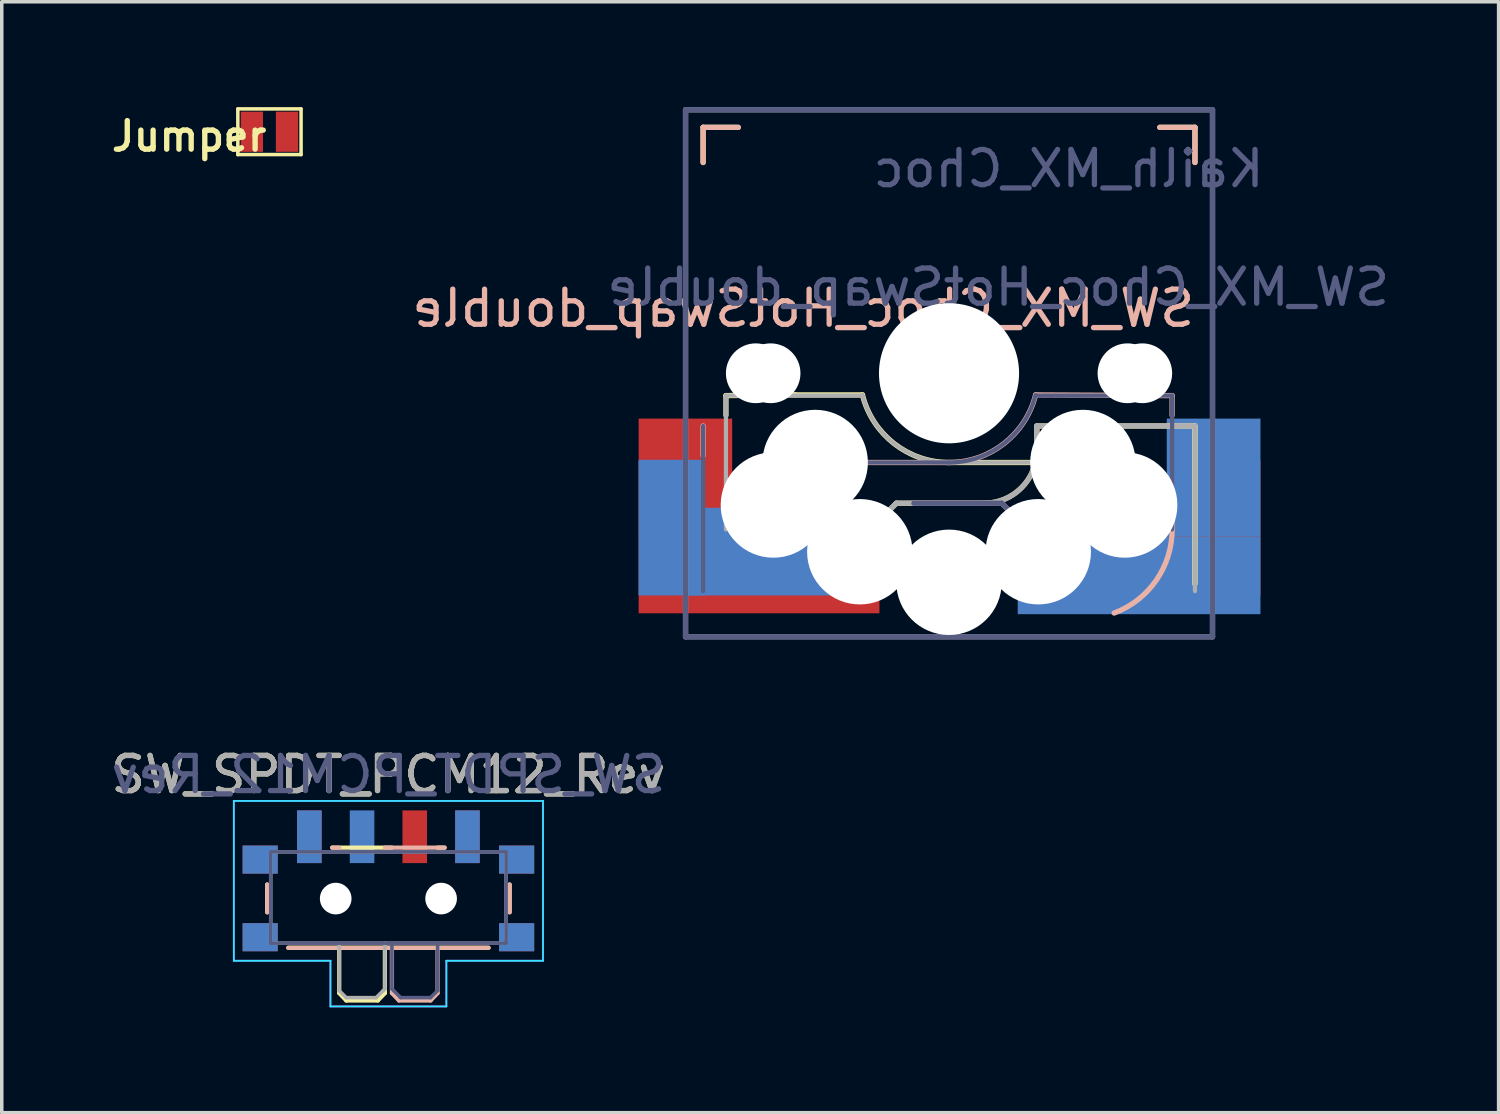
<source format=kicad_pcb>
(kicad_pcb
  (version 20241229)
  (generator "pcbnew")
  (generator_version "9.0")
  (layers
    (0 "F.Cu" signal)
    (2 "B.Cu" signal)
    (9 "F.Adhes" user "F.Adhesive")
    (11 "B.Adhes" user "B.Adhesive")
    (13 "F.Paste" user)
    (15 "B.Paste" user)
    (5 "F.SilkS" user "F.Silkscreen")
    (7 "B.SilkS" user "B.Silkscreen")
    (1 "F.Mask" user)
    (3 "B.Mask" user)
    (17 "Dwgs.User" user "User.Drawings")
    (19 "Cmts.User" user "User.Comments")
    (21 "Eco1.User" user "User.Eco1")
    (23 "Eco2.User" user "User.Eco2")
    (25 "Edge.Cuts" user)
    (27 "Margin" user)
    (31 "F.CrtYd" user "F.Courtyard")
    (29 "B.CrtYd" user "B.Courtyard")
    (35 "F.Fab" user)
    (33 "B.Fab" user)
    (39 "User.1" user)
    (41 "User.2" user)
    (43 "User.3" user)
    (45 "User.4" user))
  (footprint "SW_MX_Choc_HotSwap_double"
    (layer "F.Cu")
    (at 23.964 7.575)
    (property "Reference" "SW_MX_Choc_HotSwap_double" (at -4.15 -1.85 0) (layer "B.SilkS") (effects (font (size 1 1) (thickness 0.15)) (justify mirror)))
    (property "Value" "Kailh_MX_Choc" (at 0.05 9.55 0) (layer "F.Fab") (hide yes) (effects (font (size 1 1) (thickness 0.15))))
    (attr smd)
    (fp_line (start -7 -6) (end -7 -7) (stroke (width 0.15) (type solid)) (layer "F.SilkS"))
    (fp_line (start -6.35 1.2) (end -6.35 0.635) (stroke (width 0.15) (type solid)) (layer "F.SilkS"))
    (fp_line (start -6 -7) (end -7 -7) (stroke (width 0.15) (type solid)) (layer "F.SilkS"))
    (fp_line (start -4.375 0.616) (end -6.35 0.635) (stroke (width 0.15) (type solid)) (layer "F.SilkS"))
    (fp_line (start -2.464 0.616) (end -4.375 0.616) (stroke (width 0.15) (type solid)) (layer "F.SilkS"))
    (fp_line (start -2 4.2) (end -2 4.2) (stroke (width 0.15) (type solid)) (layer "F.SilkS"))
    (fp_line (start -2 4.2) (end -1.5 3.7) (stroke (width 0.15) (type solid)) (layer "F.SilkS"))
    (fp_line (start -1.5 3.7) (end 1 3.7) (stroke (width 0.15) (type solid)) (layer "F.SilkS"))
    (fp_line (start 2.5 1.5) (end 7 1.5) (stroke (width 0.15) (type solid)) (layer "F.SilkS"))
    (fp_line (start 2.5 2.2) (end 2.5 1.5) (stroke (width 0.15) (type solid)) (layer "F.SilkS"))
    (fp_line (start 3.975 2.54) (end 0 2.54) (stroke (width 0.15) (type solid)) (layer "F.SilkS"))
    (fp_line (start 7 -7) (end 6 -7) (stroke (width 0.15) (type solid)) (layer "F.SilkS"))
    (fp_line (start 7 -7) (end 7 -6) (stroke (width 0.15) (type solid)) (layer "F.SilkS"))
    (fp_line (start 7 1.5) (end 7 6) (stroke (width 0.15) (type solid)) (layer "F.SilkS"))
    (fp_arc (start 0 2.539999) (mid -1.563147 2.002041) (end -2.464162 0.616039) (stroke (width 0.15) (type solid)) (layer "F.SilkS"))
    (fp_arc (start 2.5 2.199999) (mid 2.06066 3.260659) (end 1 3.699999) (stroke (width 0.15) (type solid)) (layer "F.SilkS"))
    (fp_line (start -7 -7) (end -7 -6) (stroke (width 0.15) (type solid)) (layer "B.SilkS"))
    (fp_line (start -7 -7) (end -6 -7) (stroke (width 0.15) (type solid)) (layer "B.SilkS"))
    (fp_line (start -7 1.5) (end -7 2.35) (stroke (width 0.15) (type solid)) (layer "B.SilkS"))
    (fp_line (start -3.975 2.54) (end 0 2.54) (stroke (width 0.15) (type solid)) (layer "B.SilkS"))
    (fp_line (start 1.5 3.7) (end -1 3.7) (stroke (width 0.15) (type solid)) (layer "B.SilkS"))
    (fp_line (start 2 4.2) (end 1.5 3.7) (stroke (width 0.15) (type solid)) (layer "B.SilkS"))
    (fp_line (start 2 4.575) (end 2 4.2) (stroke (width 0.15) (type solid)) (layer "B.SilkS"))
    (fp_line (start 2.464 0.616) (end 6.175 0.635) (stroke (width 0.15) (type solid)) (layer "B.SilkS"))
    (fp_line (start 6 -7) (end 7 -7) (stroke (width 0.15) (type solid)) (layer "B.SilkS"))
    (fp_line (start 6.175 0.635) (end 6.35 0.635) (stroke (width 0.15) (type solid)) (layer "B.SilkS"))
    (fp_line (start 6.35 1.2) (end 6.35 0.635) (stroke (width 0.15) (type solid)) (layer "B.SilkS"))
    (fp_line (start 6.35 4.445) (end 6.35 3.875) (stroke (width 0.15) (type solid)) (layer "B.SilkS"))
    (fp_line (start 7 -6) (end 7 -7) (stroke (width 0.15) (type solid)) (layer "B.SilkS"))
    (fp_arc (start 2.464162 0.61604) (mid 1.563147 2.002042) (end 0 2.54) (stroke (width 0.15) (type solid)) (layer "B.SilkS"))
    (fp_arc (start 6.350964 4.445) (mid 5.897817 5.893282) (end 4.7 6.825) (stroke (width 0.15) (type solid)) (layer "B.SilkS"))
    (fp_line (start -6.9 6.9) (end -6.9 -6.9) (stroke (width 0.15) (type solid)) (layer "Eco2.User"))
    (fp_line (start -6.9 6.9) (end 6.9 6.9) (stroke (width 0.15) (type solid)) (layer "Eco2.User"))
    (fp_line (start -2.6 -3.1) (end -2.6 -6.3) (stroke (width 0.15) (type solid)) (layer "Eco2.User"))
    (fp_line (start -2.6 -3.1) (end 2.6 -3.1) (stroke (width 0.15) (type solid)) (layer "Eco2.User"))
    (fp_line (start 2.6 -6.3) (end -2.6 -6.3) (stroke (width 0.15) (type solid)) (layer "Eco2.User"))
    (fp_line (start 2.6 -3.1) (end 2.6 -6.3) (stroke (width 0.15) (type solid)) (layer "Eco2.User"))
    (fp_line (start 6.9 -6.9) (end -6.9 -6.9) (stroke (width 0.15) (type solid)) (layer "Eco2.User"))
    (fp_line (start 6.9 -6.9) (end 6.9 6.9) (stroke (width 0.15) (type solid)) (layer "Eco2.User"))
    (fp_line (start -7.5 -7.5) (end -7.5 7.5) (stroke (width 0.15) (type solid)) (layer "B.Fab"))
    (fp_line (start -7.5 7.5) (end 7.5 7.5) (stroke (width 0.15) (type solid)) (layer "B.Fab"))
    (fp_line (start -7 1.5) (end -7 6.2) (stroke (width 0.12) (type solid)) (layer "B.Fab"))
    (fp_line (start -5.08 2.54) (end 0 2.54) (stroke (width 0.12) (type solid)) (layer "B.Fab"))
    (fp_line (start 1.5 3.7) (end -1 3.7) (stroke (width 0.15) (type solid)) (layer "B.Fab"))
    (fp_line (start 2 4.2) (end 1.5 3.7) (stroke (width 0.15) (type solid)) (layer "B.Fab"))
    (fp_line (start 6.35 0.635) (end 2.54 0.635) (stroke (width 0.12) (type solid)) (layer "B.Fab"))
    (fp_line (start 6.35 0.635) (end 6.35 4.445) (stroke (width 0.12) (type solid)) (layer "B.Fab"))
    (fp_line (start 7.5 -7.5) (end -7.5 -7.5) (stroke (width 0.15) (type solid)) (layer "B.Fab"))
    (fp_line (start 7.5 7.5) (end 7.5 -7.5) (stroke (width 0.15) (type solid)) (layer "B.Fab"))
    (fp_arc (start 2.464162 0.61604) (mid 1.563147 2.002042) (end 0 2.54) (stroke (width 0.12) (type solid)) (layer "B.Fab"))
    (fp_line (start -7.5 -7.5) (end 7.5 -7.5) (stroke (width 0.15) (type solid)) (layer "F.Fab"))
    (fp_line (start -7.5 7.5) (end -7.5 -7.5) (stroke (width 0.15) (type solid)) (layer "F.Fab"))
    (fp_line (start -6.35 0.635) (end -6.35 4.445) (stroke (width 0.12) (type solid)) (layer "F.Fab"))
    (fp_line (start -6.35 0.635) (end -2.54 0.635) (stroke (width 0.12) (type solid)) (layer "F.Fab"))
    (fp_line (start -2 4.2) (end -1.5 3.7) (stroke (width 0.15) (type solid)) (layer "F.Fab"))
    (fp_line (start -1.5 3.7) (end 1 3.7) (stroke (width 0.15) (type solid)) (layer "F.Fab"))
    (fp_line (start 2.5 1.5) (end 7 1.5) (stroke (width 0.15) (type solid)) (layer "F.Fab"))
    (fp_line (start 2.5 2.2) (end 2.5 1.5) (stroke (width 0.15) (type solid)) (layer "F.Fab"))
    (fp_line (start 5.08 2.54) (end 0 2.54) (stroke (width 0.12) (type solid)) (layer "F.Fab"))
    (fp_line (start 7 1.5) (end 7 6.2) (stroke (width 0.12) (type solid)) (layer "F.Fab"))
    (fp_line (start 7.5 -7.5) (end 7.5 7.5) (stroke (width 0.15) (type solid)) (layer "F.Fab"))
    (fp_line (start 7.5 7.5) (end -7.5 7.5) (stroke (width 0.15) (type solid)) (layer "F.Fab"))
    (fp_arc (start 0 2.539999) (mid -1.563147 2.002041) (end -2.464162 0.616039) (stroke (width 0.12) (type solid)) (layer "F.Fab"))
    (fp_arc (start 2.5 2.199999) (mid 2.06066 3.260659) (end 1 3.699999) (stroke (width 0.15) (type solid)) (layer "F.Fab"))
    (fp_text user "${REFERENCE}" (at 1.4 -2.45 0) (layer "B.Fab") (effects (font (size 1 1) (thickness 0.15)) (justify mirror)))
    (fp_text user "${VALUE}" (at 3.4 -5.825 180) (layer "B.Fab") (effects (font (size 1 1) (thickness 0.15)) (justify mirror)))
    (pad "" np_thru_hole circle (at -5.5 0) (size 1.702 1.702) (drill 1.702) (layers "*.Cu" "*.Mask"))
    (pad "" np_thru_hole circle (at -5.08 0 180) (size 1.702 1.702) (drill 1.702) (layers "*.Cu" "*.Mask"))
    (pad "" np_thru_hole circle (at -5 3.75) (size 3 3) (drill 3) (layers "*.Cu" "*.Mask"))
    (pad "" np_thru_hole circle (at -3.81 2.54 180) (size 3 3) (drill 3) (layers "*.Cu" "*.Mask"))
    (pad "" np_thru_hole circle (at -2.54 5.08 180) (size 3 3) (drill 3) (layers "*.Cu" "*.Mask"))
    (pad "" np_thru_hole circle (at 0 0 180) (size 3.988 3.988) (drill 3.988) (layers "*.Cu" "*.Mask"))
    (pad "" np_thru_hole circle (at 0 5.95) (size 3 3) (drill 3) (layers "*.Cu" "*.Mask"))
    (pad "" np_thru_hole circle (at 2.54 5.08 180) (size 3 3) (drill 3) (layers "*.Cu" "*.Mask"))
    (pad "" np_thru_hole circle (at 3.81 2.54 180) (size 3 3) (drill 3) (layers "*.Cu" "*.Mask"))
    (pad "" np_thru_hole circle (at 5 3.75) (size 3 3) (drill 3) (layers "*.Cu" "*.Mask"))
    (pad "" np_thru_hole circle (at 5.08 0 180) (size 1.702 1.702) (drill 1.702) (layers "*.Cu" "*.Mask"))
    (pad "" np_thru_hole circle (at 5.5 0 180) (size 1.702 1.702) (drill 1.702) (layers "*.Cu" "*.Mask"))
    (pad "1" smd rect (at 5.41 5.754) (size 6.909 2.208) (layers "B.Cu" "B.Mask" "B.Paste"))
    (pad "1" smd rect (at 5.434 5.077 180) (size 4.263 2.495) (layers "F.Cu" "F.Mask" "F.Paste"))
    (pad "1" smd rect (at 7.531 2.97 180) (size 2.667 3.36) (layers "B.Cu" "B.Mask" "B.Paste"))
    (pad "1" smd rect (at 7.92 4.387) (size 1.89 3.875) (layers "F.Cu" "F.Mask" "F.Paste"))
    (pad "2" smd rect (at -7.907 4.394) (size 1.864 3.861) (layers "B.Cu" "B.Mask" "B.Paste"))
    (pad "2" smd rect (at -7.504 2.982 180) (size 2.663 3.384) (layers "F.Cu" "F.Mask" "F.Paste"))
    (pad "2" smd rect (at -5.461 5.077 180) (size 4.216 2.495) (layers "B.Cu" "B.Mask" "B.Paste"))
    (pad "2" smd rect (at -5.408 5.753) (size 6.854 2.159) (layers "F.Cu" "F.Mask" "F.Paste")))
  (footprint "SW_SPDT_PCM12_Rev"
    (layer "F.Cu")
    (at 8.026 22.198)
    (property "Reference" "SW_SPDT_PCM12_Rev" (at -0.02 -3.2 0) (layer "F.SilkS") (effects (font (size 1 1) (thickness 0.15))))
    (attr smd)
    (fp_line (start -3.47 -0.07) (end -3.47 0.72) (stroke (width 0.12) (type solid)) (layer "F.SilkS"))
    (fp_line (start -2.87 1.73) (end 2.83 1.73) (stroke (width 0.12) (type solid)) (layer "F.SilkS"))
    (fp_line (start -1.62 -1.12) (end 0.08 -1.12) (stroke (width 0.12) (type solid)) (layer "F.SilkS"))
    (fp_line (start -1.42 1.73) (end -1.42 3.02) (stroke (width 0.12) (type solid)) (layer "F.SilkS"))
    (fp_line (start -1.42 3.02) (end -1.22 3.23) (stroke (width 0.12) (type solid)) (layer "F.SilkS"))
    (fp_line (start -1.22 3.23) (end -0.32 3.23) (stroke (width 0.12) (type solid)) (layer "F.SilkS"))
    (fp_line (start -0.12 3.02) (end -0.32 3.23) (stroke (width 0.12) (type solid)) (layer "F.SilkS"))
    (fp_line (start -0.12 3.02) (end -0.12 1.73) (stroke (width 0.12) (type solid)) (layer "F.SilkS"))
    (fp_line (start 1.38 -1.12) (end 1.58 -1.12) (stroke (width 0.12) (type solid)) (layer "F.SilkS"))
    (fp_line (start 3.43 0.72) (end 3.43 -0.07) (stroke (width 0.12) (type solid)) (layer "F.SilkS"))
    (fp_line (start -3.47 0.72) (end -3.47 -0.07) (stroke (width 0.12) (type solid)) (layer "B.SilkS"))
    (fp_line (start -1.42 -1.12) (end -1.62 -1.12) (stroke (width 0.12) (type solid)) (layer "B.SilkS"))
    (fp_line (start 0.08 3.02) (end 0.08 1.73) (stroke (width 0.12) (type solid)) (layer "B.SilkS"))
    (fp_line (start 0.08 3.02) (end 0.28 3.23) (stroke (width 0.12) (type solid)) (layer "B.SilkS"))
    (fp_line (start 1.18 3.23) (end 0.28 3.23) (stroke (width 0.12) (type solid)) (layer "B.SilkS"))
    (fp_line (start 1.38 1.73) (end 1.38 3.02) (stroke (width 0.12) (type solid)) (layer "B.SilkS"))
    (fp_line (start 1.38 3.02) (end 1.18 3.23) (stroke (width 0.12) (type solid)) (layer "B.SilkS"))
    (fp_line (start 1.58 -1.12) (end -0.12 -1.12) (stroke (width 0.12) (type solid)) (layer "B.SilkS"))
    (fp_line (start 2.83 1.73) (end -2.87 1.73) (stroke (width 0.12) (type solid)) (layer "B.SilkS"))
    (fp_line (start 3.43 -0.07) (end 3.43 0.72) (stroke (width 0.12) (type solid)) (layer "B.SilkS"))
    (fp_line (start -4.42 -2.45) (end -4.42 2.1) (stroke (width 0.05) (type solid)) (layer "B.CrtYd"))
    (fp_line (start -4.42 2.1) (end -1.67 2.1) (stroke (width 0.05) (type solid)) (layer "B.CrtYd"))
    (fp_line (start -1.67 2.1) (end -1.67 3.4) (stroke (width 0.05) (type solid)) (layer "B.CrtYd"))
    (fp_line (start -1.67 3.4) (end 1.63 3.4) (stroke (width 0.05) (type solid)) (layer "B.CrtYd"))
    (fp_line (start 1.63 2.1) (end 4.38 2.1) (stroke (width 0.05) (type solid)) (layer "B.CrtYd"))
    (fp_line (start 1.63 3.4) (end 1.63 2.1) (stroke (width 0.05) (type solid)) (layer "B.CrtYd"))
    (fp_line (start 4.38 -2.45) (end -4.42 -2.45) (stroke (width 0.05) (type solid)) (layer "B.CrtYd"))
    (fp_line (start 4.38 2.1) (end 4.38 -2.45) (stroke (width 0.05) (type solid)) (layer "B.CrtYd"))
    (fp_line (start -4.42 -2.45) (end 4.38 -2.45) (stroke (width 0.05) (type solid)) (layer "F.CrtYd"))
    (fp_line (start -4.42 2.1) (end -4.42 -2.45) (stroke (width 0.05) (type solid)) (layer "F.CrtYd"))
    (fp_line (start -1.67 2.1) (end -4.42 2.1) (stroke (width 0.05) (type solid)) (layer "F.CrtYd"))
    (fp_line (start -1.67 3.4) (end -1.67 2.1) (stroke (width 0.05) (type solid)) (layer "F.CrtYd"))
    (fp_line (start 1.63 2.1) (end 1.63 3.4) (stroke (width 0.05) (type solid)) (layer "F.CrtYd"))
    (fp_line (start 1.63 3.4) (end -1.67 3.4) (stroke (width 0.05) (type solid)) (layer "F.CrtYd"))
    (fp_line (start 4.38 -2.45) (end 4.38 2.1) (stroke (width 0.05) (type solid)) (layer "F.CrtYd"))
    (fp_line (start 4.38 2.1) (end 1.63 2.1) (stroke (width 0.05) (type solid)) (layer "F.CrtYd"))
    (fp_line (start -3.37 -1) (end 3.33 -1) (stroke (width 0.1) (type solid)) (layer "B.Fab"))
    (fp_line (start -3.37 1.6) (end -3.37 -1) (stroke (width 0.1) (type solid)) (layer "B.Fab"))
    (fp_line (start 0.08 2.9) (end 0.08 1.6) (stroke (width 0.1) (type solid)) (layer "B.Fab"))
    (fp_line (start 0.13 2.95) (end 0.08 2.9) (stroke (width 0.1) (type solid)) (layer "B.Fab"))
    (fp_line (start 0.33 3.15) (end 0.13 2.95) (stroke (width 0.1) (type solid)) (layer "B.Fab"))
    (fp_line (start 1.18 3.15) (end 0.33 3.15) (stroke (width 0.1) (type solid)) (layer "B.Fab"))
    (fp_line (start 1.38 1.65) (end 1.38 2.95) (stroke (width 0.1) (type solid)) (layer "B.Fab"))
    (fp_line (start 1.38 2.95) (end 1.18 3.15) (stroke (width 0.1) (type solid)) (layer "B.Fab"))
    (fp_line (start 3.33 -1) (end 3.33 1.6) (stroke (width 0.1) (type solid)) (layer "B.Fab"))
    (fp_line (start 3.33 1.6) (end -3.37 1.6) (stroke (width 0.1) (type solid)) (layer "B.Fab"))
    (fp_line (start -3.37 -1) (end -3.37 1.6) (stroke (width 0.1) (type solid)) (layer "F.Fab"))
    (fp_line (start -3.37 1.6) (end 3.33 1.6) (stroke (width 0.1) (type solid)) (layer "F.Fab"))
    (fp_line (start -1.42 1.65) (end -1.42 2.95) (stroke (width 0.1) (type solid)) (layer "F.Fab"))
    (fp_line (start -1.42 2.95) (end -1.22 3.15) (stroke (width 0.1) (type solid)) (layer "F.Fab"))
    (fp_line (start -1.22 3.15) (end -0.37 3.15) (stroke (width 0.1) (type solid)) (layer "F.Fab"))
    (fp_line (start -0.37 3.15) (end -0.17 2.95) (stroke (width 0.1) (type solid)) (layer "F.Fab"))
    (fp_line (start -0.17 2.95) (end -0.12 2.9) (stroke (width 0.1) (type solid)) (layer "F.Fab"))
    (fp_line (start -0.12 2.9) (end -0.12 1.6) (stroke (width 0.1) (type solid)) (layer "F.Fab"))
    (fp_line (start 3.33 -1) (end -3.37 -1) (stroke (width 0.1) (type solid)) (layer "F.Fab"))
    (fp_line (start 3.33 1.6) (end 3.33 -1) (stroke (width 0.1) (type solid)) (layer "F.Fab"))
    (fp_text user "${REFERENCE}" (at -0.02 -3.2 0) (layer "B.Fab") (effects (font (size 1 1) (thickness 0.15)) (justify mirror)))
    (fp_text user "${REFERENCE}" (at -0.02 -3.2 0) (layer "F.Fab") (effects (font (size 1 1) (thickness 0.15))))
    (pad "" smd rect (at -3.67 -0.78) (size 1 0.8) (layers "F.Cu" "F.Mask" "F.Paste"))
    (pad "" smd rect (at -3.67 -0.78) (size 1 0.8) (layers "B.Cu" "B.Mask" "B.Paste"))
    (pad "" smd rect (at -3.67 1.43) (size 1 0.8) (layers "F.Cu" "F.Mask" "F.Paste"))
    (pad "" smd rect (at -3.67 1.43) (size 1 0.8) (layers "B.Cu" "B.Mask" "B.Paste"))
    (pad "" np_thru_hole circle (at -1.52 0.33) (size 0.9 0.9) (drill 0.9) (layers "*.Cu" "*.Mask"))
    (pad "" np_thru_hole circle (at 1.48 0.33) (size 0.9 0.9) (drill 0.9) (layers "*.Cu" "*.Mask"))
    (pad "" smd rect (at 3.63 -0.78) (size 1 0.8) (layers "F.Cu" "F.Mask" "F.Paste"))
    (pad "" smd rect (at 3.63 -0.78) (size 1 0.8) (layers "B.Cu" "B.Mask" "B.Paste"))
    (pad "" smd rect (at 3.63 1.43) (size 1 0.8) (layers "F.Cu" "F.Mask" "F.Paste"))
    (pad "" smd rect (at 3.63 1.43) (size 1 0.8) (layers "B.Cu" "B.Mask" "B.Paste"))
    (pad "1" smd rect (at -2.27 -1.43) (size 0.7 1.5) (layers "F.Cu" "F.Mask" "F.Paste"))
    (pad "1" smd rect (at 2.23 -1.43) (size 0.7 1.5) (layers "B.Cu" "B.Mask" "B.Paste"))
    (pad "2" smd rect (at -0.77 -1.43) (size 0.7 1.5) (layers "B.Cu" "B.Mask" "B.Paste"))
    (pad "2" smd rect (at 0.73 -1.43) (size 0.7 1.5) (layers "F.Cu" "F.Mask" "F.Paste"))
    (pad "3" smd rect (at -2.27 -1.43) (size 0.7 1.5) (layers "B.Cu" "B.Mask" "B.Paste"))
    (pad "3" smd rect (at 2.23 -1.43) (size 0.7 1.5) (layers "F.Cu" "F.Mask" "F.Paste")))
  (footprint "Jumper"
    (layer "F.Cu")
    (at 4.62 0.7)
    (property "Reference" "Jumper" (at -2.286 0.127 0) (layer "F.SilkS") (effects (font (size 0.813 0.813) (thickness 0.152))))
    (attr smd)
    (fp_line (start -0.9 -0.65) (end 0.9 -0.65) (stroke (width 0.1) (type solid)) (layer "F.SilkS"))
    (fp_line (start -0.9 0.65) (end -0.9 -0.65) (stroke (width 0.1) (type solid)) (layer "F.SilkS"))
    (fp_line (start 0.9 -0.65) (end 0.9 0.65) (stroke (width 0.1) (type solid)) (layer "F.SilkS"))
    (fp_line (start 0.9 0.65) (end -0.9 0.65) (stroke (width 0.1) (type solid)) (layer "F.SilkS"))
    (pad "1" smd rect (at -0.5 0) (size 0.635 1.143) (layers "F.Cu" "F.Mask" "F.Paste"))
    (pad "2" smd rect (at 0.5 0) (size 0.635 1.143) (layers "F.Cu" "F.Mask" "F.Paste")))
  (gr_rect
    (start -3 -3)
    (end 39.608 28.623)
    (stroke (width 0.1) (type default))
    (fill no)
    (layer "Edge.Cuts")))
</source>
